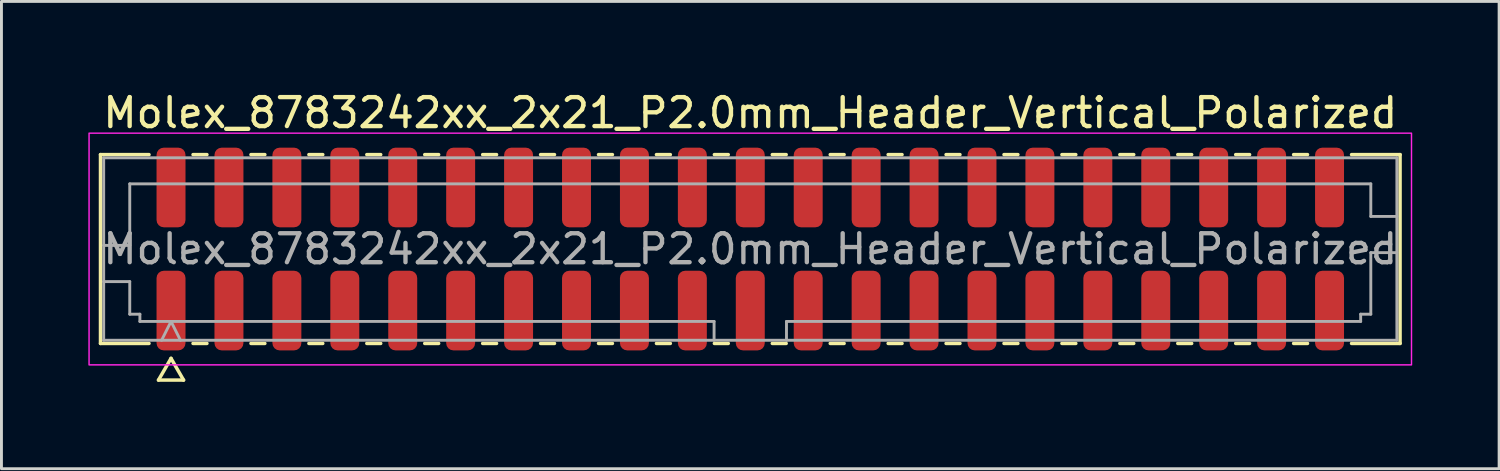
<source format=kicad_pcb>
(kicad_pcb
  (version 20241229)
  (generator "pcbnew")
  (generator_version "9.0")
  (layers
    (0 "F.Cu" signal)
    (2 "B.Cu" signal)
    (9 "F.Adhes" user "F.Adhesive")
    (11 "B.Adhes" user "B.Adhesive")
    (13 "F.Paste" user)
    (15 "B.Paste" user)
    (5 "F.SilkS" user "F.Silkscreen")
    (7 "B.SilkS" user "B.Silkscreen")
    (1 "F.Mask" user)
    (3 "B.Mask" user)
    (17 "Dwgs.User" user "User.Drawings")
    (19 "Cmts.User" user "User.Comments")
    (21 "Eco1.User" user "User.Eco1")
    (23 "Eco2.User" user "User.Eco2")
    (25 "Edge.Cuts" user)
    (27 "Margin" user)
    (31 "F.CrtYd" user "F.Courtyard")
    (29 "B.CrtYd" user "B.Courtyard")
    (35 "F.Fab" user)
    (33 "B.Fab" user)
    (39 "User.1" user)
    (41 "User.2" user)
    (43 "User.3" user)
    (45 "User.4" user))
  (footprint "Molex_8783242xx_2x21_P2.0mm_Header_Vertical_Polarized"
    (layer "F.Cu")
    (at 22.855 5.548)
    (property "Reference" "Molex_8783242xx_2x21_P2.0mm_Header_Vertical_Polarized" (at 0 -4.7 0) (layer "F.SilkS") (effects (font (size 1 1) (thickness 0.15))))
    (attr smd)
    (fp_line (start -22.435 -3.26) (end -20.76 -3.26) (stroke (width 0.12) (type solid)) (layer "F.SilkS"))
    (fp_line (start -22.435 3.26) (end -22.435 -3.26) (stroke (width 0.12) (type solid)) (layer "F.SilkS"))
    (fp_line (start -20.76 3.26) (end -22.435 3.26) (stroke (width 0.12) (type solid)) (layer "F.SilkS"))
    (fp_line (start -20.433 4.525) (end -20 3.775) (stroke (width 0.12) (type solid)) (layer "F.SilkS"))
    (fp_line (start -20 3.775) (end -19.567 4.525) (stroke (width 0.12) (type solid)) (layer "F.SilkS"))
    (fp_line (start -19.567 4.525) (end -20.433 4.525) (stroke (width 0.12) (type solid)) (layer "F.SilkS"))
    (fp_line (start -19.24 -3.26) (end -18.76 -3.26) (stroke (width 0.12) (type solid)) (layer "F.SilkS"))
    (fp_line (start -18.76 3.26) (end -19.24 3.26) (stroke (width 0.12) (type solid)) (layer "F.SilkS"))
    (fp_line (start -17.24 -3.26) (end -16.76 -3.26) (stroke (width 0.12) (type solid)) (layer "F.SilkS"))
    (fp_line (start -16.76 3.26) (end -17.24 3.26) (stroke (width 0.12) (type solid)) (layer "F.SilkS"))
    (fp_line (start -15.24 -3.26) (end -14.76 -3.26) (stroke (width 0.12) (type solid)) (layer "F.SilkS"))
    (fp_line (start -14.76 3.26) (end -15.24 3.26) (stroke (width 0.12) (type solid)) (layer "F.SilkS"))
    (fp_line (start -13.24 -3.26) (end -12.76 -3.26) (stroke (width 0.12) (type solid)) (layer "F.SilkS"))
    (fp_line (start -12.76 3.26) (end -13.24 3.26) (stroke (width 0.12) (type solid)) (layer "F.SilkS"))
    (fp_line (start -11.24 -3.26) (end -10.76 -3.26) (stroke (width 0.12) (type solid)) (layer "F.SilkS"))
    (fp_line (start -10.76 3.26) (end -11.24 3.26) (stroke (width 0.12) (type solid)) (layer "F.SilkS"))
    (fp_line (start -9.24 -3.26) (end -8.76 -3.26) (stroke (width 0.12) (type solid)) (layer "F.SilkS"))
    (fp_line (start -8.76 3.26) (end -9.24 3.26) (stroke (width 0.12) (type solid)) (layer "F.SilkS"))
    (fp_line (start -7.24 -3.26) (end -6.76 -3.26) (stroke (width 0.12) (type solid)) (layer "F.SilkS"))
    (fp_line (start -6.76 3.26) (end -7.24 3.26) (stroke (width 0.12) (type solid)) (layer "F.SilkS"))
    (fp_line (start -5.24 -3.26) (end -4.76 -3.26) (stroke (width 0.12) (type solid)) (layer "F.SilkS"))
    (fp_line (start -4.76 3.26) (end -5.24 3.26) (stroke (width 0.12) (type solid)) (layer "F.SilkS"))
    (fp_line (start -3.24 -3.26) (end -2.76 -3.26) (stroke (width 0.12) (type solid)) (layer "F.SilkS"))
    (fp_line (start -2.76 3.26) (end -3.24 3.26) (stroke (width 0.12) (type solid)) (layer "F.SilkS"))
    (fp_line (start -1.24 -3.26) (end -0.76 -3.26) (stroke (width 0.12) (type solid)) (layer "F.SilkS"))
    (fp_line (start -0.76 3.26) (end -1.24 3.26) (stroke (width 0.12) (type solid)) (layer "F.SilkS"))
    (fp_line (start 0.76 -3.26) (end 1.24 -3.26) (stroke (width 0.12) (type solid)) (layer "F.SilkS"))
    (fp_line (start 1.24 3.26) (end 0.76 3.26) (stroke (width 0.12) (type solid)) (layer "F.SilkS"))
    (fp_line (start 2.76 -3.26) (end 3.24 -3.26) (stroke (width 0.12) (type solid)) (layer "F.SilkS"))
    (fp_line (start 3.24 3.26) (end 2.76 3.26) (stroke (width 0.12) (type solid)) (layer "F.SilkS"))
    (fp_line (start 4.76 -3.26) (end 5.24 -3.26) (stroke (width 0.12) (type solid)) (layer "F.SilkS"))
    (fp_line (start 5.24 3.26) (end 4.76 3.26) (stroke (width 0.12) (type solid)) (layer "F.SilkS"))
    (fp_line (start 6.76 -3.26) (end 7.24 -3.26) (stroke (width 0.12) (type solid)) (layer "F.SilkS"))
    (fp_line (start 7.24 3.26) (end 6.76 3.26) (stroke (width 0.12) (type solid)) (layer "F.SilkS"))
    (fp_line (start 8.76 -3.26) (end 9.24 -3.26) (stroke (width 0.12) (type solid)) (layer "F.SilkS"))
    (fp_line (start 9.24 3.26) (end 8.76 3.26) (stroke (width 0.12) (type solid)) (layer "F.SilkS"))
    (fp_line (start 10.76 -3.26) (end 11.24 -3.26) (stroke (width 0.12) (type solid)) (layer "F.SilkS"))
    (fp_line (start 11.24 3.26) (end 10.76 3.26) (stroke (width 0.12) (type solid)) (layer "F.SilkS"))
    (fp_line (start 12.76 -3.26) (end 13.24 -3.26) (stroke (width 0.12) (type solid)) (layer "F.SilkS"))
    (fp_line (start 13.24 3.26) (end 12.76 3.26) (stroke (width 0.12) (type solid)) (layer "F.SilkS"))
    (fp_line (start 14.76 -3.26) (end 15.24 -3.26) (stroke (width 0.12) (type solid)) (layer "F.SilkS"))
    (fp_line (start 15.24 3.26) (end 14.76 3.26) (stroke (width 0.12) (type solid)) (layer "F.SilkS"))
    (fp_line (start 16.76 -3.26) (end 17.24 -3.26) (stroke (width 0.12) (type solid)) (layer "F.SilkS"))
    (fp_line (start 17.24 3.26) (end 16.76 3.26) (stroke (width 0.12) (type solid)) (layer "F.SilkS"))
    (fp_line (start 18.76 -3.26) (end 19.24 -3.26) (stroke (width 0.12) (type solid)) (layer "F.SilkS"))
    (fp_line (start 19.24 3.26) (end 18.76 3.26) (stroke (width 0.12) (type solid)) (layer "F.SilkS"))
    (fp_line (start 20.76 -3.26) (end 22.435 -3.26) (stroke (width 0.12) (type solid)) (layer "F.SilkS"))
    (fp_line (start 22.435 -3.26) (end 22.435 3.26) (stroke (width 0.12) (type solid)) (layer "F.SilkS"))
    (fp_line (start 22.435 3.26) (end 20.76 3.26) (stroke (width 0.12) (type solid)) (layer "F.SilkS"))
    (fp_rect (start -22.83 -4) (end 22.83 4) (stroke (width 0.05) (type solid)) (fill no) (layer "F.CrtYd"))
    (fp_line (start -22.325 -3.15) (end 22.325 -3.15) (stroke (width 0.1) (type solid)) (layer "F.Fab"))
    (fp_line (start -22.325 -0.125) (end -21.425 -0.125) (stroke (width 0.1) (type solid)) (layer "F.Fab"))
    (fp_line (start -22.325 1.125) (end -21.425 1.125) (stroke (width 0.1) (type solid)) (layer "F.Fab"))
    (fp_line (start -22.325 3.15) (end -22.325 -3.15) (stroke (width 0.1) (type solid)) (layer "F.Fab"))
    (fp_line (start -21.425 -2.25) (end 21.425 -2.25) (stroke (width 0.1) (type solid)) (layer "F.Fab"))
    (fp_line (start -21.425 -0.125) (end -21.425 -2.25) (stroke (width 0.1) (type solid)) (layer "F.Fab"))
    (fp_line (start -21.425 1.125) (end -21.425 2.25) (stroke (width 0.1) (type solid)) (layer "F.Fab"))
    (fp_line (start -21.425 2.25) (end -21.075 2.25) (stroke (width 0.1) (type solid)) (layer "F.Fab"))
    (fp_line (start -21.075 2.25) (end -21.075 2.5) (stroke (width 0.1) (type solid)) (layer "F.Fab"))
    (fp_line (start -21.075 2.5) (end -1.25 2.5) (stroke (width 0.1) (type solid)) (layer "F.Fab"))
    (fp_line (start -20.325 3.15) (end -20 2.5) (stroke (width 0.1) (type solid)) (layer "F.Fab"))
    (fp_line (start -20 2.5) (end -19.675 3.15) (stroke (width 0.1) (type solid)) (layer "F.Fab"))
    (fp_line (start -1.25 2.5) (end -1.25 3.15) (stroke (width 0.1) (type solid)) (layer "F.Fab"))
    (fp_line (start 1.25 2.5) (end 1.25 3.15) (stroke (width 0.1) (type solid)) (layer "F.Fab"))
    (fp_line (start 1.25 2.5) (end 21.075 2.5) (stroke (width 0.1) (type solid)) (layer "F.Fab"))
    (fp_line (start 21.075 2.25) (end 21.425 2.25) (stroke (width 0.1) (type solid)) (layer "F.Fab"))
    (fp_line (start 21.075 2.5) (end 21.075 2.25) (stroke (width 0.1) (type solid)) (layer "F.Fab"))
    (fp_line (start 21.425 -2.25) (end 21.425 -1.125) (stroke (width 0.1) (type solid)) (layer "F.Fab"))
    (fp_line (start 21.425 -1.125) (end 22.325 -1.125) (stroke (width 0.1) (type solid)) (layer "F.Fab"))
    (fp_line (start 21.425 0.125) (end 22.325 0.125) (stroke (width 0.1) (type solid)) (layer "F.Fab"))
    (fp_line (start 21.425 2.25) (end 21.425 0.125) (stroke (width 0.1) (type solid)) (layer "F.Fab"))
    (fp_line (start 22.325 -3.15) (end 22.325 3.15) (stroke (width 0.1) (type solid)) (layer "F.Fab"))
    (fp_line (start 22.325 3.15) (end -22.325 3.15) (stroke (width 0.1) (type solid)) (layer "F.Fab"))
    (fp_text user "${REFERENCE}" (at 0 0 0) (layer "F.Fab") (effects (font (size 1 1) (thickness 0.15))))
    (pad "1" smd roundrect (at -20 2.125) (size 1 2.75) (layers "F.Cu" "F.Mask" "F.Paste") (roundrect_rratio 0.25))
    (pad "2" smd roundrect (at -20 -2.125) (size 1 2.75) (layers "F.Cu" "F.Mask" "F.Paste") (roundrect_rratio 0.25))
    (pad "3" smd roundrect (at -18 2.125) (size 1 2.75) (layers "F.Cu" "F.Mask" "F.Paste") (roundrect_rratio 0.25))
    (pad "4" smd roundrect (at -18 -2.125) (size 1 2.75) (layers "F.Cu" "F.Mask" "F.Paste") (roundrect_rratio 0.25))
    (pad "5" smd roundrect (at -16 2.125) (size 1 2.75) (layers "F.Cu" "F.Mask" "F.Paste") (roundrect_rratio 0.25))
    (pad "6" smd roundrect (at -16 -2.125) (size 1 2.75) (layers "F.Cu" "F.Mask" "F.Paste") (roundrect_rratio 0.25))
    (pad "7" smd roundrect (at -14 2.125) (size 1 2.75) (layers "F.Cu" "F.Mask" "F.Paste") (roundrect_rratio 0.25))
    (pad "8" smd roundrect (at -14 -2.125) (size 1 2.75) (layers "F.Cu" "F.Mask" "F.Paste") (roundrect_rratio 0.25))
    (pad "9" smd roundrect (at -12 2.125) (size 1 2.75) (layers "F.Cu" "F.Mask" "F.Paste") (roundrect_rratio 0.25))
    (pad "10" smd roundrect (at -12 -2.125) (size 1 2.75) (layers "F.Cu" "F.Mask" "F.Paste") (roundrect_rratio 0.25))
    (pad "11" smd roundrect (at -10 2.125) (size 1 2.75) (layers "F.Cu" "F.Mask" "F.Paste") (roundrect_rratio 0.25))
    (pad "12" smd roundrect (at -10 -2.125) (size 1 2.75) (layers "F.Cu" "F.Mask" "F.Paste") (roundrect_rratio 0.25))
    (pad "13" smd roundrect (at -8 2.125) (size 1 2.75) (layers "F.Cu" "F.Mask" "F.Paste") (roundrect_rratio 0.25))
    (pad "14" smd roundrect (at -8 -2.125) (size 1 2.75) (layers "F.Cu" "F.Mask" "F.Paste") (roundrect_rratio 0.25))
    (pad "15" smd roundrect (at -6 2.125) (size 1 2.75) (layers "F.Cu" "F.Mask" "F.Paste") (roundrect_rratio 0.25))
    (pad "16" smd roundrect (at -6 -2.125) (size 1 2.75) (layers "F.Cu" "F.Mask" "F.Paste") (roundrect_rratio 0.25))
    (pad "17" smd roundrect (at -4 2.125) (size 1 2.75) (layers "F.Cu" "F.Mask" "F.Paste") (roundrect_rratio 0.25))
    (pad "18" smd roundrect (at -4 -2.125) (size 1 2.75) (layers "F.Cu" "F.Mask" "F.Paste") (roundrect_rratio 0.25))
    (pad "19" smd roundrect (at -2 2.125) (size 1 2.75) (layers "F.Cu" "F.Mask" "F.Paste") (roundrect_rratio 0.25))
    (pad "20" smd roundrect (at -2 -2.125) (size 1 2.75) (layers "F.Cu" "F.Mask" "F.Paste") (roundrect_rratio 0.25))
    (pad "21" smd roundrect (at 0 2.125) (size 1 2.75) (layers "F.Cu" "F.Mask" "F.Paste") (roundrect_rratio 0.25))
    (pad "22" smd roundrect (at 0 -2.125) (size 1 2.75) (layers "F.Cu" "F.Mask" "F.Paste") (roundrect_rratio 0.25))
    (pad "23" smd roundrect (at 2 2.125) (size 1 2.75) (layers "F.Cu" "F.Mask" "F.Paste") (roundrect_rratio 0.25))
    (pad "24" smd roundrect (at 2 -2.125) (size 1 2.75) (layers "F.Cu" "F.Mask" "F.Paste") (roundrect_rratio 0.25))
    (pad "25" smd roundrect (at 4 2.125) (size 1 2.75) (layers "F.Cu" "F.Mask" "F.Paste") (roundrect_rratio 0.25))
    (pad "26" smd roundrect (at 4 -2.125) (size 1 2.75) (layers "F.Cu" "F.Mask" "F.Paste") (roundrect_rratio 0.25))
    (pad "27" smd roundrect (at 6 2.125) (size 1 2.75) (layers "F.Cu" "F.Mask" "F.Paste") (roundrect_rratio 0.25))
    (pad "28" smd roundrect (at 6 -2.125) (size 1 2.75) (layers "F.Cu" "F.Mask" "F.Paste") (roundrect_rratio 0.25))
    (pad "29" smd roundrect (at 8 2.125) (size 1 2.75) (layers "F.Cu" "F.Mask" "F.Paste") (roundrect_rratio 0.25))
    (pad "30" smd roundrect (at 8 -2.125) (size 1 2.75) (layers "F.Cu" "F.Mask" "F.Paste") (roundrect_rratio 0.25))
    (pad "31" smd roundrect (at 10 2.125) (size 1 2.75) (layers "F.Cu" "F.Mask" "F.Paste") (roundrect_rratio 0.25))
    (pad "32" smd roundrect (at 10 -2.125) (size 1 2.75) (layers "F.Cu" "F.Mask" "F.Paste") (roundrect_rratio 0.25))
    (pad "33" smd roundrect (at 12 2.125) (size 1 2.75) (layers "F.Cu" "F.Mask" "F.Paste") (roundrect_rratio 0.25))
    (pad "34" smd roundrect (at 12 -2.125) (size 1 2.75) (layers "F.Cu" "F.Mask" "F.Paste") (roundrect_rratio 0.25))
    (pad "35" smd roundrect (at 14 2.125) (size 1 2.75) (layers "F.Cu" "F.Mask" "F.Paste") (roundrect_rratio 0.25))
    (pad "36" smd roundrect (at 14 -2.125) (size 1 2.75) (layers "F.Cu" "F.Mask" "F.Paste") (roundrect_rratio 0.25))
    (pad "37" smd roundrect (at 16 2.125) (size 1 2.75) (layers "F.Cu" "F.Mask" "F.Paste") (roundrect_rratio 0.25))
    (pad "38" smd roundrect (at 16 -2.125) (size 1 2.75) (layers "F.Cu" "F.Mask" "F.Paste") (roundrect_rratio 0.25))
    (pad "39" smd roundrect (at 18 2.125) (size 1 2.75) (layers "F.Cu" "F.Mask" "F.Paste") (roundrect_rratio 0.25))
    (pad "40" smd roundrect (at 18 -2.125) (size 1 2.75) (layers "F.Cu" "F.Mask" "F.Paste") (roundrect_rratio 0.25))
    (pad "41" smd roundrect (at 20 2.125) (size 1 2.75) (layers "F.Cu" "F.Mask" "F.Paste") (roundrect_rratio 0.25))
    (pad "42" smd roundrect (at 20 -2.125) (size 1 2.75) (layers "F.Cu" "F.Mask" "F.Paste") (roundrect_rratio 0.25)))
  (gr_rect
    (start -3 -3)
    (end 48.71 13.133)
    (stroke (width 0.1) (type default))
    (fill no)
    (layer "Edge.Cuts")))
</source>
